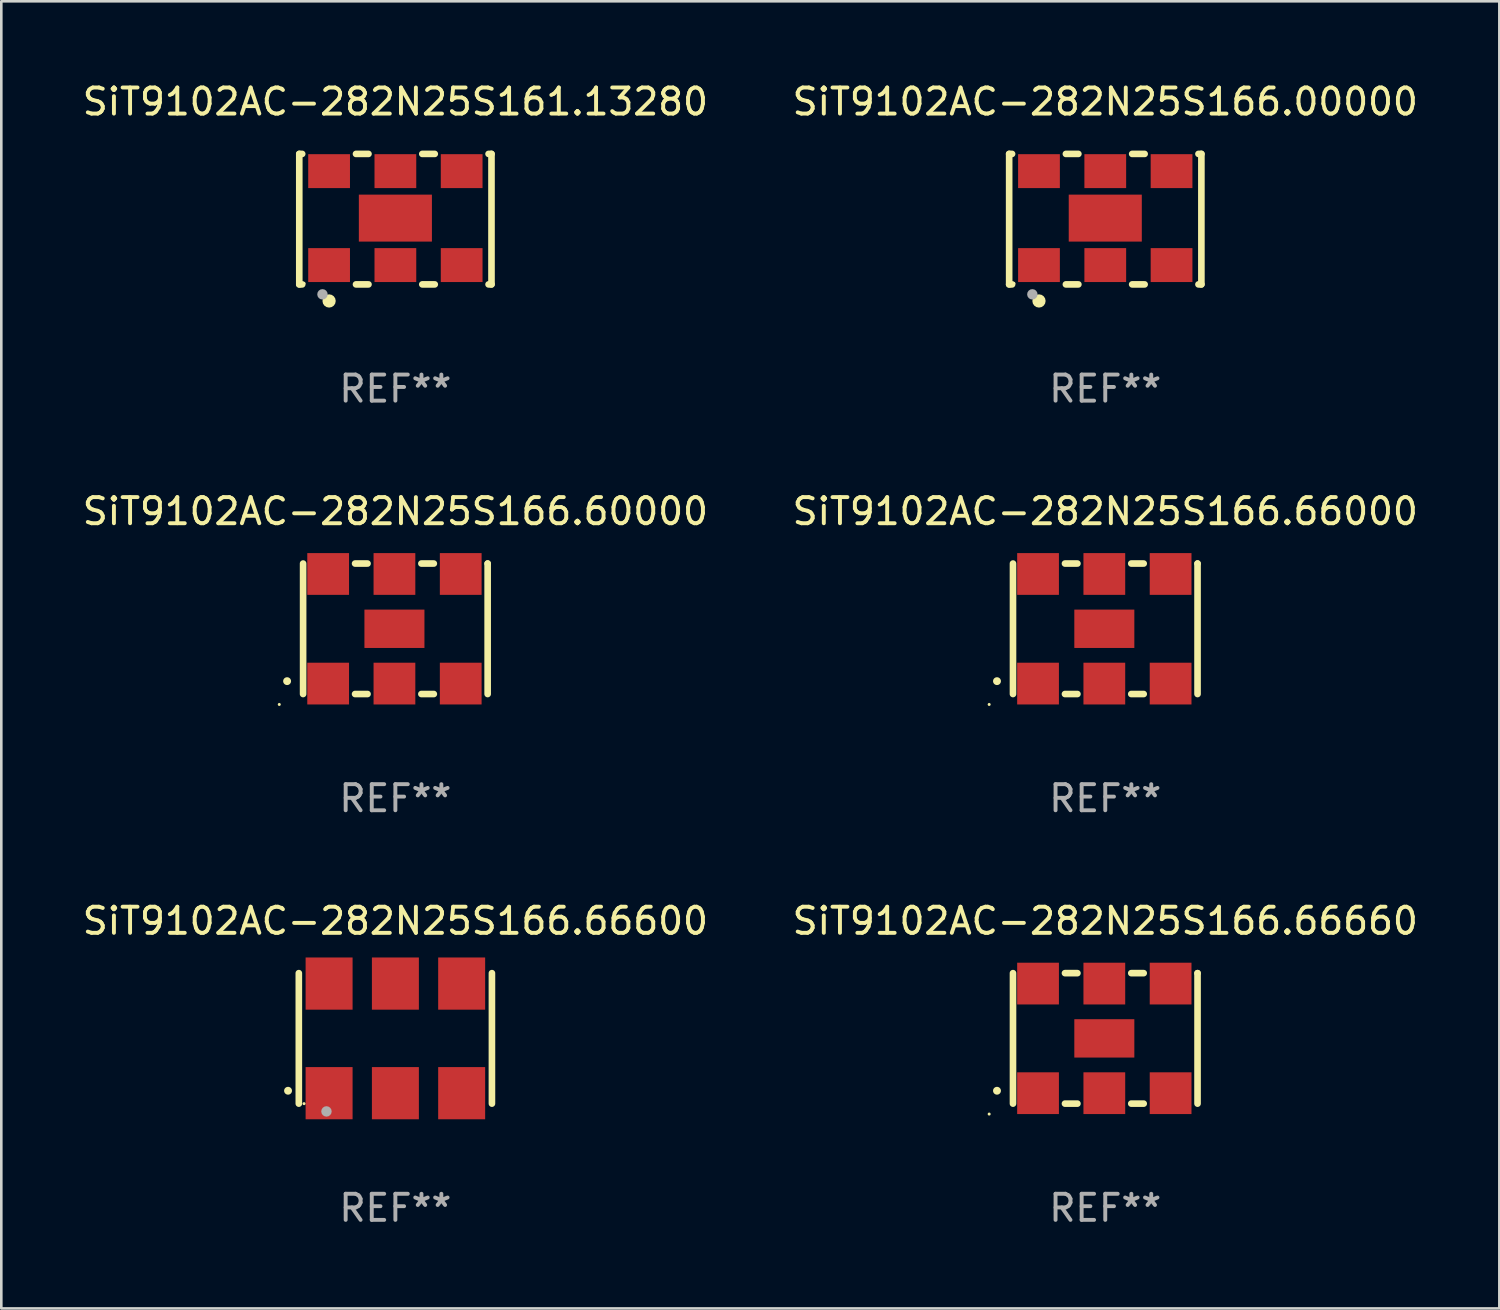
<source format=kicad_pcb>
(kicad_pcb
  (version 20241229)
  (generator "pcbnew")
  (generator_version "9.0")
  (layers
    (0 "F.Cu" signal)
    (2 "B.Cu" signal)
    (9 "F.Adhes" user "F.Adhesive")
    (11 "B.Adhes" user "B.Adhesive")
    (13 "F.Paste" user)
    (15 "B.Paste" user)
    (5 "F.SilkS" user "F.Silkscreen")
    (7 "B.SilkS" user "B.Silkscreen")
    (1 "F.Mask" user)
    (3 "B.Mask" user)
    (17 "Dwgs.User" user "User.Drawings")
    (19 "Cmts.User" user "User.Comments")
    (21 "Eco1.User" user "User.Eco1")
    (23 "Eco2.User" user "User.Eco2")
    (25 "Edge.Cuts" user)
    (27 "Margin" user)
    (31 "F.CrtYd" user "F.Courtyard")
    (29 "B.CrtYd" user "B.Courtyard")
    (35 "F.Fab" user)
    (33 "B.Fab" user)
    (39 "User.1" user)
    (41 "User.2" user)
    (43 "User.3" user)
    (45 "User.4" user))
  (footprint "SiT9102AC-282N25S166.66660"
    (layer "F.Cu")
    (at 39.304 36.741)
    (property "Reference" "SiT9102AC-282N25S166.66660" (at 0 -4.5 0) (layer "F.SilkS") (effects (font (size 1 1) (thickness 0.15))))
    (attr through_hole)
    (fp_line (start -3.536 -2.5) (end -3.536 2.5) (stroke (width 0.254) (type solid)) (layer "F.SilkS"))
    (fp_line (start -1.544 2.5) (end -1.067 2.5) (stroke (width 0.254) (type solid)) (layer "F.SilkS"))
    (fp_line (start -1.067 -2.5) (end -1.544 -2.5) (stroke (width 0.254) (type solid)) (layer "F.SilkS"))
    (fp_line (start 0.996 2.5) (end 1.473 2.5) (stroke (width 0.254) (type solid)) (layer "F.SilkS"))
    (fp_line (start 1.473 -2.5) (end 0.996 -2.5) (stroke (width 0.254) (type solid)) (layer "F.SilkS"))
    (fp_line (start 3.536 -2.5) (end 3.536 -2.5) (stroke (width 0.254) (type solid)) (layer "F.SilkS"))
    (fp_line (start 3.536 2.5) (end 3.536 -2.5) (stroke (width 0.254) (type solid)) (layer "F.SilkS"))
    (fp_arc (start -4.150432 2.006604) (mid -4.149162 2.006599) (end -4.147892 2.006604) (stroke (width 0.3) (type solid)) (layer "F.SilkS"))
    (fp_circle (center -4.449 2.9) (end -4.419 2.9) (stroke (width 0.06) (type solid)) (fill no) (layer "F.SilkS"))
    (fp_text user "REF**" (at 0 6.5 0) (layer "F.Fab") (effects (font (size 1 1) (thickness 0.15))))
    (pad "1" smd rect (at -2.576 2.1) (size 1.6 1.6) (layers "F.Cu" "F.Mask" "F.Paste"))
    (pad "2" smd rect (at -0.036 2.1) (size 1.6 1.6) (layers "F.Cu" "F.Mask" "F.Paste"))
    (pad "3" smd rect (at 2.504 2.1) (size 1.6 1.6) (layers "F.Cu" "F.Mask" "F.Paste"))
    (pad "4" smd rect (at 2.504 -2.1) (size 1.6 1.6) (layers "F.Cu" "F.Mask" "F.Paste"))
    (pad "5" smd rect (at -0.036 -2.1) (size 1.6 1.6) (layers "F.Cu" "F.Mask" "F.Paste"))
    (pad "6" smd rect (at -2.576 -2.1) (size 1.6 1.6) (layers "F.Cu" "F.Mask" "F.Paste"))
    (pad "7" smd rect (at -0.036 0) (size 2.3 1.47) (layers "F.Cu" "F.Mask" "F.Paste")))
  (footprint "SiT9102AC-282N25S166.66600"
    (layer "F.Cu")
    (at 12.101 36.741)
    (property "Reference" "SiT9102AC-282N25S166.66600" (at 0 -4.5 0) (layer "F.SilkS") (effects (font (size 1 1) (thickness 0.15))))
    (attr through_hole)
    (fp_line (start -3.7 -2.5) (end -3.7 2.5) (stroke (width 0.254) (type solid)) (layer "F.SilkS"))
    (fp_line (start 3.7 -2.5) (end 3.7 2.5) (stroke (width 0.254) (type solid)) (layer "F.SilkS"))
    (fp_arc (start -4.114415 2.006604) (mid -4.113145 2.006599) (end -4.111875 2.006604) (stroke (width 0.3) (type solid)) (layer "F.SilkS"))
    (fp_circle (center -3.5 2.501) (end -3.47 2.501) (stroke (width 0.06) (type solid)) (fill no) (layer "F.SilkS"))
    (fp_circle (center -2.641 2.799) (end -2.541 2.799) (stroke (width 0.2) (type solid)) (fill no) (layer "F.Fab"))
    (fp_text user "REF**" (at 0 6.5 0) (layer "F.Fab") (effects (font (size 1 1) (thickness 0.15))))
    (pad "1" smd rect (at -2.54 2.1) (size 1.8 2) (layers "F.Cu" "F.Mask" "F.Paste"))
    (pad "2" smd rect (at 0.000394 2.1) (size 1.8 2) (layers "F.Cu" "F.Mask" "F.Paste"))
    (pad "3" smd rect (at 2.54 2.1) (size 1.8 2) (layers "F.Cu" "F.Mask" "F.Paste"))
    (pad "4" smd rect (at 2.54 -2.1) (size 1.8 2) (layers "F.Cu" "F.Mask" "F.Paste"))
    (pad "5" smd rect (at 0.000394 -2.1) (size 1.8 2) (layers "F.Cu" "F.Mask" "F.Paste"))
    (pad "6" smd rect (at -2.54 -2.1) (size 1.8 2) (layers "F.Cu" "F.Mask" "F.Paste")))
  (footprint "SiT9102AC-282N25S166.00000"
    (layer "F.Cu")
    (at 39.304 5.348)
    (property "Reference" "SiT9102AC-282N25S166.00000" (at 0 -4.5 0) (layer "F.SilkS") (effects (font (size 1 1) (thickness 0.15))))
    (attr through_hole)
    (fp_line (start -3.683 -2.5) (end -3.571 -2.5) (stroke (width 0.254) (type solid)) (layer "F.SilkS"))
    (fp_line (start -3.683 2.5) (end -3.683 -2.5) (stroke (width 0.254) (type solid)) (layer "F.SilkS"))
    (fp_line (start -3.683 2.5) (end -3.571 2.5) (stroke (width 0.254) (type solid)) (layer "F.SilkS"))
    (fp_line (start -1.509 -2.5) (end -1.031 -2.5) (stroke (width 0.254) (type solid)) (layer "F.SilkS"))
    (fp_line (start -1.509 2.5) (end -1.031 2.5) (stroke (width 0.254) (type solid)) (layer "F.SilkS"))
    (fp_line (start 1.031 -2.5) (end 1.509 -2.5) (stroke (width 0.254) (type solid)) (layer "F.SilkS"))
    (fp_line (start 1.031 2.5) (end 1.509 2.5) (stroke (width 0.254) (type solid)) (layer "F.SilkS"))
    (fp_line (start 3.571 -2.5) (end 3.683 -2.5) (stroke (width 0.254) (type solid)) (layer "F.SilkS"))
    (fp_line (start 3.571 2.5) (end 3.683 2.5) (stroke (width 0.254) (type solid)) (layer "F.SilkS"))
    (fp_line (start 3.683 2.5) (end 3.683 -2.5) (stroke (width 0.254) (type solid)) (layer "F.SilkS"))
    (fp_circle (center -3.5 2.46) (end -3.47 2.46) (stroke (width 0.06) (type solid)) (fill no) (layer "F.SilkS"))
    (fp_circle (center -2.54 3.135) (end -2.413 3.135) (stroke (width 0.254) (type solid)) (fill no) (layer "F.SilkS"))
    (fp_circle (center -2.794 2.881) (end -2.694 2.881) (stroke (width 0.2) (type solid)) (fill no) (layer "F.Fab"))
    (fp_text user "REF**" (at 0 6.5 0) (layer "F.Fab") (effects (font (size 1 1) (thickness 0.15))))
    (pad "1" smd rect (at -2.54 1.76) (size 1.6 1.3) (layers "F.Cu" "F.Mask" "F.Paste"))
    (pad "2" smd rect (at 0 1.76) (size 1.6 1.3) (layers "F.Cu" "F.Mask" "F.Paste"))
    (pad "3" smd rect (at 2.54 1.76) (size 1.6 1.3) (layers "F.Cu" "F.Mask" "F.Paste"))
    (pad "4" smd rect (at 2.54 -1.84) (size 1.6 1.3) (layers "F.Cu" "F.Mask" "F.Paste"))
    (pad "5" smd rect (at 0 -1.84) (size 1.6 1.3) (layers "F.Cu" "F.Mask" "F.Paste"))
    (pad "6" smd rect (at -2.54 -1.84) (size 1.6 1.3) (layers "F.Cu" "F.Mask" "F.Paste"))
    (pad "7" smd rect (at 0 -0.04) (size 2.8 1.8) (layers "F.Cu" "F.Mask" "F.Paste")))
  (footprint "SiT9102AC-282N25S166.60000"
    (layer "F.Cu")
    (at 12.101 21.045)
    (property "Reference" "SiT9102AC-282N25S166.60000" (at 0 -4.5 0) (layer "F.SilkS") (effects (font (size 1 1) (thickness 0.15))))
    (attr through_hole)
    (fp_line (start -3.536 -2.5) (end -3.536 2.5) (stroke (width 0.254) (type solid)) (layer "F.SilkS"))
    (fp_line (start -1.544 2.5) (end -1.067 2.5) (stroke (width 0.254) (type solid)) (layer "F.SilkS"))
    (fp_line (start -1.067 -2.5) (end -1.544 -2.5) (stroke (width 0.254) (type solid)) (layer "F.SilkS"))
    (fp_line (start 0.996 2.5) (end 1.473 2.5) (stroke (width 0.254) (type solid)) (layer "F.SilkS"))
    (fp_line (start 1.473 -2.5) (end 0.996 -2.5) (stroke (width 0.254) (type solid)) (layer "F.SilkS"))
    (fp_line (start 3.536 -2.5) (end 3.536 -2.5) (stroke (width 0.254) (type solid)) (layer "F.SilkS"))
    (fp_line (start 3.536 2.5) (end 3.536 -2.5) (stroke (width 0.254) (type solid)) (layer "F.SilkS"))
    (fp_arc (start -4.150432 2.006604) (mid -4.149162 2.006599) (end -4.147892 2.006604) (stroke (width 0.3) (type solid)) (layer "F.SilkS"))
    (fp_circle (center -4.449 2.9) (end -4.419 2.9) (stroke (width 0.06) (type solid)) (fill no) (layer "F.SilkS"))
    (fp_text user "REF**" (at 0 6.5 0) (layer "F.Fab") (effects (font (size 1 1) (thickness 0.15))))
    (pad "1" smd rect (at -2.576 2.1) (size 1.6 1.6) (layers "F.Cu" "F.Mask" "F.Paste"))
    (pad "2" smd rect (at -0.036 2.1) (size 1.6 1.6) (layers "F.Cu" "F.Mask" "F.Paste"))
    (pad "3" smd rect (at 2.504 2.1) (size 1.6 1.6) (layers "F.Cu" "F.Mask" "F.Paste"))
    (pad "4" smd rect (at 2.504 -2.1) (size 1.6 1.6) (layers "F.Cu" "F.Mask" "F.Paste"))
    (pad "5" smd rect (at -0.036 -2.1) (size 1.6 1.6) (layers "F.Cu" "F.Mask" "F.Paste"))
    (pad "6" smd rect (at -2.576 -2.1) (size 1.6 1.6) (layers "F.Cu" "F.Mask" "F.Paste"))
    (pad "7" smd rect (at -0.036 0) (size 2.3 1.47) (layers "F.Cu" "F.Mask" "F.Paste")))
  (footprint "SiT9102AC-282N25S166.66000"
    (layer "F.Cu")
    (at 39.304 21.045)
    (property "Reference" "SiT9102AC-282N25S166.66000" (at 0 -4.5 0) (layer "F.SilkS") (effects (font (size 1 1) (thickness 0.15))))
    (attr through_hole)
    (fp_line (start -3.536 -2.5) (end -3.536 2.5) (stroke (width 0.254) (type solid)) (layer "F.SilkS"))
    (fp_line (start -1.544 2.5) (end -1.067 2.5) (stroke (width 0.254) (type solid)) (layer "F.SilkS"))
    (fp_line (start -1.067 -2.5) (end -1.544 -2.5) (stroke (width 0.254) (type solid)) (layer "F.SilkS"))
    (fp_line (start 0.996 2.5) (end 1.473 2.5) (stroke (width 0.254) (type solid)) (layer "F.SilkS"))
    (fp_line (start 1.473 -2.5) (end 0.996 -2.5) (stroke (width 0.254) (type solid)) (layer "F.SilkS"))
    (fp_line (start 3.536 -2.5) (end 3.536 -2.5) (stroke (width 0.254) (type solid)) (layer "F.SilkS"))
    (fp_line (start 3.536 2.5) (end 3.536 -2.5) (stroke (width 0.254) (type solid)) (layer "F.SilkS"))
    (fp_arc (start -4.150432 2.006604) (mid -4.149162 2.006599) (end -4.147892 2.006604) (stroke (width 0.3) (type solid)) (layer "F.SilkS"))
    (fp_circle (center -4.449 2.9) (end -4.419 2.9) (stroke (width 0.06) (type solid)) (fill no) (layer "F.SilkS"))
    (fp_text user "REF**" (at 0 6.5 0) (layer "F.Fab") (effects (font (size 1 1) (thickness 0.15))))
    (pad "1" smd rect (at -2.576 2.1) (size 1.6 1.6) (layers "F.Cu" "F.Mask" "F.Paste"))
    (pad "2" smd rect (at -0.036 2.1) (size 1.6 1.6) (layers "F.Cu" "F.Mask" "F.Paste"))
    (pad "3" smd rect (at 2.504 2.1) (size 1.6 1.6) (layers "F.Cu" "F.Mask" "F.Paste"))
    (pad "4" smd rect (at 2.504 -2.1) (size 1.6 1.6) (layers "F.Cu" "F.Mask" "F.Paste"))
    (pad "5" smd rect (at -0.036 -2.1) (size 1.6 1.6) (layers "F.Cu" "F.Mask" "F.Paste"))
    (pad "6" smd rect (at -2.576 -2.1) (size 1.6 1.6) (layers "F.Cu" "F.Mask" "F.Paste"))
    (pad "7" smd rect (at -0.036 0) (size 2.3 1.47) (layers "F.Cu" "F.Mask" "F.Paste")))
  (footprint "SiT9102AC-282N25S161.13280"
    (layer "F.Cu")
    (at 12.101 5.348)
    (property "Reference" "SiT9102AC-282N25S161.13280" (at 0 -4.5 0) (layer "F.SilkS") (effects (font (size 1 1) (thickness 0.15))))
    (attr through_hole)
    (fp_line (start -3.683 -2.5) (end -3.571 -2.5) (stroke (width 0.254) (type solid)) (layer "F.SilkS"))
    (fp_line (start -3.683 2.5) (end -3.683 -2.5) (stroke (width 0.254) (type solid)) (layer "F.SilkS"))
    (fp_line (start -3.683 2.5) (end -3.571 2.5) (stroke (width 0.254) (type solid)) (layer "F.SilkS"))
    (fp_line (start -1.509 -2.5) (end -1.031 -2.5) (stroke (width 0.254) (type solid)) (layer "F.SilkS"))
    (fp_line (start -1.509 2.5) (end -1.031 2.5) (stroke (width 0.254) (type solid)) (layer "F.SilkS"))
    (fp_line (start 1.031 -2.5) (end 1.509 -2.5) (stroke (width 0.254) (type solid)) (layer "F.SilkS"))
    (fp_line (start 1.031 2.5) (end 1.509 2.5) (stroke (width 0.254) (type solid)) (layer "F.SilkS"))
    (fp_line (start 3.571 -2.5) (end 3.683 -2.5) (stroke (width 0.254) (type solid)) (layer "F.SilkS"))
    (fp_line (start 3.571 2.5) (end 3.683 2.5) (stroke (width 0.254) (type solid)) (layer "F.SilkS"))
    (fp_line (start 3.683 2.5) (end 3.683 -2.5) (stroke (width 0.254) (type solid)) (layer "F.SilkS"))
    (fp_circle (center -3.5 2.46) (end -3.47 2.46) (stroke (width 0.06) (type solid)) (fill no) (layer "F.SilkS"))
    (fp_circle (center -2.54 3.135) (end -2.413 3.135) (stroke (width 0.254) (type solid)) (fill no) (layer "F.SilkS"))
    (fp_circle (center -2.794 2.881) (end -2.694 2.881) (stroke (width 0.2) (type solid)) (fill no) (layer "F.Fab"))
    (fp_text user "REF**" (at 0 6.5 0) (layer "F.Fab") (effects (font (size 1 1) (thickness 0.15))))
    (pad "1" smd rect (at -2.54 1.76) (size 1.6 1.3) (layers "F.Cu" "F.Mask" "F.Paste"))
    (pad "2" smd rect (at 0 1.76) (size 1.6 1.3) (layers "F.Cu" "F.Mask" "F.Paste"))
    (pad "3" smd rect (at 2.54 1.76) (size 1.6 1.3) (layers "F.Cu" "F.Mask" "F.Paste"))
    (pad "4" smd rect (at 2.54 -1.84) (size 1.6 1.3) (layers "F.Cu" "F.Mask" "F.Paste"))
    (pad "5" smd rect (at 0 -1.84) (size 1.6 1.3) (layers "F.Cu" "F.Mask" "F.Paste"))
    (pad "6" smd rect (at -2.54 -1.84) (size 1.6 1.3) (layers "F.Cu" "F.Mask" "F.Paste"))
    (pad "7" smd rect (at 0 -0.04) (size 2.8 1.8) (layers "F.Cu" "F.Mask" "F.Paste")))
  (gr_rect
    (start -3 -3)
    (end 54.405 47.09)
    (stroke (width 0.1) (type default))
    (fill no)
    (layer "Edge.Cuts")))
</source>
